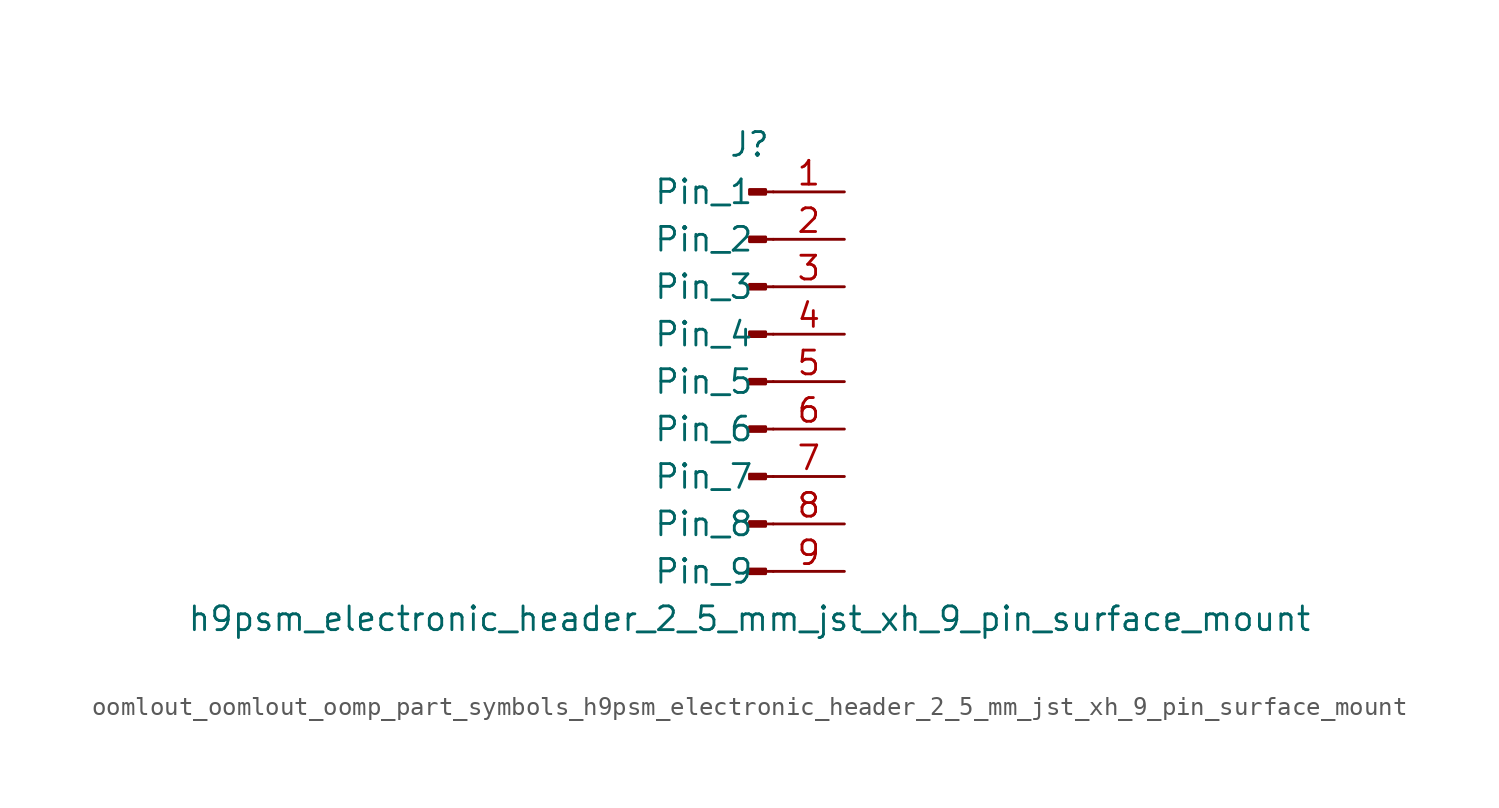
<source format=kicad_sym>
(kicad_symbol_lib
  (version 20220914)
  (generator kicad_symbol_editor)
  (symbol "oomlout_oomlout_oomp_part_symbols_h9psm_electronic_header_2_5_mm_jst_xh_9_pin_surface_mount"
    (pin_names
      (offset 1.016))
    (property "Reference" "J"
      (at 0 12.7 0)
      (effects (font (size 1.27 1.27))))
    (property "Value" "h9psm_electronic_header_2_5_mm_jst_xh_9_pin_surface_mount"
      (at 0 -12.7 0)
      (effects (font (size 1.27 1.27))))
    (property "ki_locked" ""
      (at 0 0 0)
      (effects (font (size 1.27 1.27))))
    (symbol "oomlout_oomlout_oomp_part_symbols_h9psm_electronic_header_2_5_mm_jst_xh_9_pin_surface_mount_1_1"
      (polyline (pts (xy 1.27 -10.16) (xy 0.864 -10.16)) (stroke (width 0.152) (type default)) (fill (type none)))
      (polyline (pts (xy 1.27 -7.62) (xy 0.864 -7.62)) (stroke (width 0.152) (type default)) (fill (type none)))
      (polyline (pts (xy 1.27 -5.08) (xy 0.864 -5.08)) (stroke (width 0.152) (type default)) (fill (type none)))
      (polyline (pts (xy 1.27 -2.54) (xy 0.864 -2.54)) (stroke (width 0.152) (type default)) (fill (type none)))
      (polyline (pts (xy 1.27 0) (xy 0.864 0)) (stroke (width 0.152) (type default)) (fill (type none)))
      (polyline (pts (xy 1.27 2.54) (xy 0.864 2.54)) (stroke (width 0.152) (type default)) (fill (type none)))
      (polyline (pts (xy 1.27 5.08) (xy 0.864 5.08)) (stroke (width 0.152) (type default)) (fill (type none)))
      (polyline (pts (xy 1.27 7.62) (xy 0.864 7.62)) (stroke (width 0.152) (type default)) (fill (type none)))
      (polyline (pts (xy 1.27 10.16) (xy 0.864 10.16)) (stroke (width 0.152) (type default)) (fill (type none)))
      (rectangle (start 0.864 -10.033) (end 0 -10.287) (stroke (width 0.152) (type default)) (fill (type outline)))
      (rectangle (start 0.864 -7.493) (end 0 -7.747) (stroke (width 0.152) (type default)) (fill (type outline)))
      (rectangle (start 0.864 -4.953) (end 0 -5.207) (stroke (width 0.152) (type default)) (fill (type outline)))
      (rectangle (start 0.864 -2.413) (end 0 -2.667) (stroke (width 0.152) (type default)) (fill (type outline)))
      (rectangle (start 0.864 0.127) (end 0 -0.127) (stroke (width 0.152) (type default)) (fill (type outline)))
      (rectangle (start 0.864 2.667) (end 0 2.413) (stroke (width 0.152) (type default)) (fill (type outline)))
      (rectangle (start 0.864 5.207) (end 0 4.953) (stroke (width 0.152) (type default)) (fill (type outline)))
      (rectangle (start 0.864 7.747) (end 0 7.493) (stroke (width 0.152) (type default)) (fill (type outline)))
      (rectangle (start 0.864 10.287) (end 0 10.033) (stroke (width 0.152) (type default)) (fill (type outline)))
      (pin passive line (at 5.08 10.16 180) (length 3.81) (name "Pin_1" (effects (font (size 1.27 1.27)))) (number "1" (effects (font (size 1.27 1.27)))))
      (pin passive line (at 5.08 7.62 180) (length 3.81) (name "Pin_2" (effects (font (size 1.27 1.27)))) (number "2" (effects (font (size 1.27 1.27)))))
      (pin passive line (at 5.08 5.08 180) (length 3.81) (name "Pin_3" (effects (font (size 1.27 1.27)))) (number "3" (effects (font (size 1.27 1.27)))))
      (pin passive line (at 5.08 2.54 180) (length 3.81) (name "Pin_4" (effects (font (size 1.27 1.27)))) (number "4" (effects (font (size 1.27 1.27)))))
      (pin passive line (at 5.08 0 180) (length 3.81) (name "Pin_5" (effects (font (size 1.27 1.27)))) (number "5" (effects (font (size 1.27 1.27)))))
      (pin passive line (at 5.08 -2.54 180) (length 3.81) (name "Pin_6" (effects (font (size 1.27 1.27)))) (number "6" (effects (font (size 1.27 1.27)))))
      (pin passive line (at 5.08 -5.08 180) (length 3.81) (name "Pin_7" (effects (font (size 1.27 1.27)))) (number "7" (effects (font (size 1.27 1.27)))))
      (pin passive line (at 5.08 -7.62 180) (length 3.81) (name "Pin_8" (effects (font (size 1.27 1.27)))) (number "8" (effects (font (size 1.27 1.27)))))
      (pin passive line (at 5.08 -10.16 180) (length 3.81) (name "Pin_9" (effects (font (size 1.27 1.27)))) (number "9" (effects (font (size 1.27 1.27))))))))
</source>
